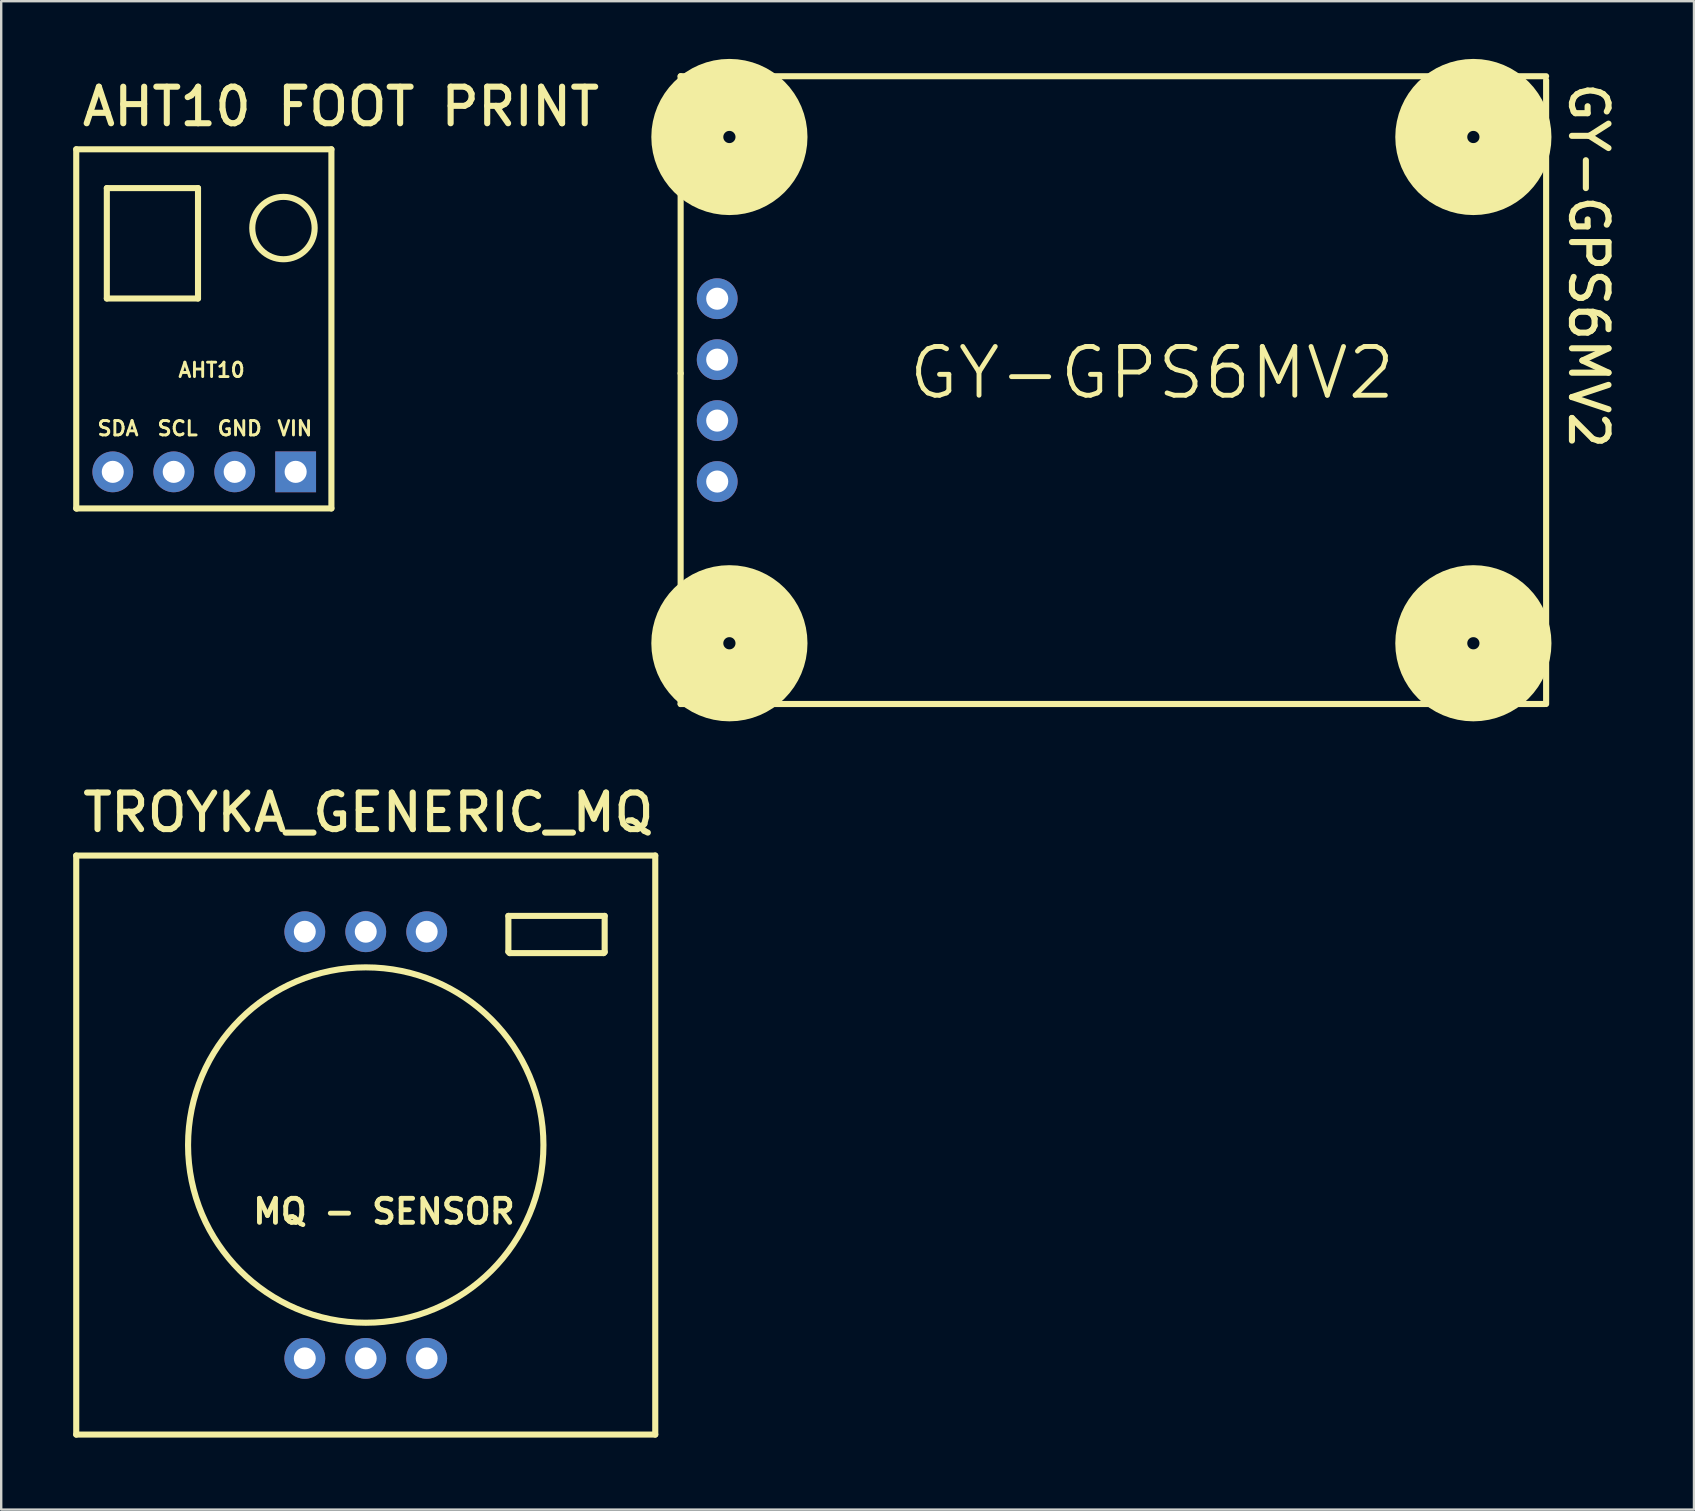
<source format=kicad_pcb>
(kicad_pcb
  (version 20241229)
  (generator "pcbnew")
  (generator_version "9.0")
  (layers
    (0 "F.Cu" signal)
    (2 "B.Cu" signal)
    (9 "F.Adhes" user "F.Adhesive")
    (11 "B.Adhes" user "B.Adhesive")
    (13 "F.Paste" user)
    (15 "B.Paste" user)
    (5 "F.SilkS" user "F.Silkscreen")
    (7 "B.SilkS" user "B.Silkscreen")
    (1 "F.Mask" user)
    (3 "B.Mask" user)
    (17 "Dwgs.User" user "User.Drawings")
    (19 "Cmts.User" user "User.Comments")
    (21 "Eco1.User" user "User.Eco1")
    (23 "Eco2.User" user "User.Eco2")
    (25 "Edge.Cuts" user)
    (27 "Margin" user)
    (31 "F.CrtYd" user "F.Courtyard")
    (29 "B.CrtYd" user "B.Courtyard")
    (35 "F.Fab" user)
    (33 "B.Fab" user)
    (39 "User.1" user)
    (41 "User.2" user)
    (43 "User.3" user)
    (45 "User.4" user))
  (footprint "AHT10 FOOT PRINT"
    (layer "F.Cu")
    (at 5.444 10.655)
    (property "Reference" "AHT10 FOOT PRINT" (at -5.194 -8.369 0) (unlocked yes) (layer "F.SilkS") (effects (font (size 1.524 1.524) (thickness 0.254)) (justify left bottom)))
    (fp_line (start -5.317 -7.483) (end 5.317 -7.483) (stroke (width 0.254) (type solid)) (layer "F.SilkS"))
    (fp_line (start -5.317 7.483) (end -5.317 -7.483) (stroke (width 0.254) (type solid)) (layer "F.SilkS"))
    (fp_line (start -5.317 7.483) (end -5.283 7.483) (stroke (width 0.254) (type solid)) (layer "F.SilkS"))
    (fp_line (start -5.283 7.483) (end 5.317 7.483) (stroke (width 0.254) (type solid)) (layer "F.SilkS"))
    (fp_line (start -4.042 -5.866) (end -0.242 -5.866) (stroke (width 0.254) (type solid)) (layer "F.SilkS"))
    (fp_line (start -4.042 -1.266) (end -4.042 -5.866) (stroke (width 0.254) (type solid)) (layer "F.SilkS"))
    (fp_line (start -4.042 -1.266) (end -0.242 -1.266) (stroke (width 0.254) (type solid)) (layer "F.SilkS"))
    (fp_line (start -0.242 -1.266) (end -0.242 -5.866) (stroke (width 0.254) (type solid)) (layer "F.SilkS"))
    (fp_line (start 5.317 7.483) (end 5.317 -7.483) (stroke (width 0.254) (type solid)) (layer "F.SilkS"))
    (fp_circle (center 3.319 -4.201) (end 3.319 -5.501) (stroke (width 0.254) (type solid)) (fill no) (layer "F.SilkS"))
    (fp_text user "SCL" (at -2 4.5 0) (unlocked yes) (layer "F.SilkS") (effects (font (size 0.6 0.6) (thickness 0.12)) (justify left bottom)))
    (fp_text user "GND" (at 0.5 4.5 0) (unlocked yes) (layer "F.SilkS") (effects (font (size 0.6 0.6) (thickness 0.12)) (justify left bottom)))
    (fp_text user "VIN" (at 3 4.5 0) (unlocked yes) (layer "F.SilkS") (effects (font (size 0.6 0.6) (thickness 0.12)) (justify left bottom)))
    (fp_text user "AHT10" (at -1.126 2.068 0) (unlocked yes) (layer "F.SilkS") (effects (font (size 0.6 0.6) (thickness 0.12)) (justify left bottom)))
    (fp_text user "SDA" (at -4.5 4.5 0) (unlocked yes) (layer "F.SilkS") (effects (font (size 0.6 0.6) (thickness 0.12)) (justify left bottom)))
    (pad "1" thru_hole circle (at -3.793 5.959) (size 1.7 1.7) (drill 0.92) (layers "*.Cu" "*.Mask"))
    (pad "2" thru_hole circle (at -1.253 5.959) (size 1.7 1.7) (drill 0.92) (layers "*.Cu" "*.Mask"))
    (pad "3" thru_hole circle (at 1.287 5.959) (size 1.7 1.7) (drill 0.92) (layers "*.Cu" "*.Mask"))
    (pad "4" thru_hole rect (at 3.827 5.959) (size 1.7 1.7) (drill 0.92) (layers "*.Cu" "*.Mask")))
  (footprint "TROYKA_GENERIC_MQ"
    (layer "F.Cu")
    (at 12.192 44.669)
    (property "Reference" "TROYKA_GENERIC_MQ" (at -11.925 -12.967 0) (unlocked yes) (layer "F.SilkS") (effects (font (size 1.524 1.524) (thickness 0.254)) (justify left bottom)))
    (fp_line (start -12.065 -12.065) (end 12.065 -12.065) (stroke (width 0.254) (type solid)) (layer "F.SilkS"))
    (fp_line (start -12.065 12.065) (end -12.065 -12.065) (stroke (width 0.254) (type solid)) (layer "F.SilkS"))
    (fp_line (start -12.065 12.065) (end 12.065 12.065) (stroke (width 0.254) (type solid)) (layer "F.SilkS"))
    (fp_line (start 5.944 -9.55) (end 9.957 -9.55) (stroke (width 0.254) (type solid)) (layer "F.SilkS"))
    (fp_line (start 5.944 -8.056) (end 5.944 -9.55) (stroke (width 0.254) (type solid)) (layer "F.SilkS"))
    (fp_line (start 5.944 -8.056) (end 6 -8) (stroke (width 0.254) (type solid)) (layer "F.SilkS"))
    (fp_line (start 6 -8) (end 9.914 -8) (stroke (width 0.254) (type solid)) (layer "F.SilkS"))
    (fp_line (start 9.914 -8) (end 9.957 -8.043) (stroke (width 0.254) (type solid)) (layer "F.SilkS"))
    (fp_line (start 9.957 -8.043) (end 9.957 -9.55) (stroke (width 0.254) (type solid)) (layer "F.SilkS"))
    (fp_line (start 12.065 12.065) (end 12.065 -12.065) (stroke (width 0.254) (type solid)) (layer "F.SilkS"))
    (fp_circle (center 0 0) (end 0 -7.405) (stroke (width 0.254) (type solid)) (fill no) (layer "F.SilkS"))
    (fp_text user "MQ - SENSOR" (at -4.801 3.353 0) (unlocked yes) (layer "F.SilkS") (effects (font (size 1 1) (thickness 0.203)) (justify left bottom)))
    (pad "1" thru_hole circle (at -2.54 8.89) (size 1.7 1.7) (drill 0.914) (layers "*.Cu" "*.Mask"))
    (pad "2" thru_hole circle (at 0 8.89) (size 1.7 1.7) (drill 0.914) (layers "*.Cu" "*.Mask"))
    (pad "3" thru_hole circle (at 2.54 8.89) (size 1.7 1.7) (drill 0.914) (layers "*.Cu" "*.Mask"))
    (pad "4" thru_hole circle (at -2.54 -8.89) (size 1.7 1.7) (drill 0.914) (layers "*.Cu" "*.Mask"))
    (pad "5" thru_hole circle (at 0 -8.89) (size 1.7 1.7) (drill 0.914) (layers "*.Cu" "*.Mask"))
    (pad "6" thru_hole circle (at 2.54 -8.89) (size 1.7 1.7) (drill 0.914) (layers "*.Cu" "*.Mask")))
  (footprint "GY-GPS6MV2"
    (layer "F.Cu")
    (at 43.349 13.208)
    (property "Reference" "GY-GPS6MV2" (at 18.91 -12.941 270) (unlocked yes) (layer "F.SilkS") (effects (font (size 1.524 1.524) (thickness 0.254)) (justify left bottom)))
    (fp_line (start -18.034 -13.081) (end -18.034 -10.561) (stroke (width 0.254) (type solid)) (layer "F.SilkS"))
    (fp_line (start -18.034 -13.081) (end 18.034 -13.081) (stroke (width 0.254) (type solid)) (layer "F.SilkS"))
    (fp_line (start -18.034 -10.561) (end -18.034 -0.699) (stroke (width 0.254) (type solid)) (layer "F.SilkS"))
    (fp_line (start -18.034 -0.699) (end -18.034 13.081) (stroke (width 0.254) (type solid)) (layer "F.SilkS"))
    (fp_line (start -18.034 13.081) (end 17.966 13.081) (stroke (width 0.254) (type solid)) (layer "F.SilkS"))
    (fp_line (start 18.034 -12.919) (end 18.034 13.081) (stroke (width 0.254) (type solid)) (layer "F.SilkS"))
    (fp_circle (center -16.002 -10.549) (end -15.748 -10.549) (stroke (width 3) (type solid)) (fill no) (layer "F.SilkS"))
    (fp_circle (center -16.002 10.549) (end -15.748 10.549) (stroke (width 3) (type solid)) (fill no) (layer "F.SilkS"))
    (fp_circle (center 15.002 -10.549) (end 15.256 -10.549) (stroke (width 3) (type solid)) (fill no) (layer "F.SilkS"))
    (fp_circle (center 15.002 10.549) (end 15.256 10.549) (stroke (width 3) (type solid)) (fill no) (layer "F.SilkS"))
    (fp_text user "GY-GPS6MV2" (at -8.636 0.472 0) (unlocked yes) (layer "F.SilkS") (effects (font (size 2.032 2.032) (thickness 0.203)) (justify left bottom)))
    (pad "1" thru_hole circle (at -16.51 3.81) (size 1.7 1.7) (drill 0.92) (layers "*.Cu" "*.Mask"))
    (pad "2" thru_hole circle (at -16.51 1.27) (size 1.7 1.7) (drill 0.92) (layers "*.Cu" "*.Mask"))
    (pad "3" thru_hole circle (at -16.51 -1.27) (size 1.7 1.7) (drill 0.92) (layers "*.Cu" "*.Mask"))
    (pad "4" thru_hole circle (at -16.51 -3.81) (size 1.7 1.7) (drill 0.92) (layers "*.Cu" "*.Mask")))
  (gr_rect
    (start -3 -3)
    (end 67.545 59.861)
    (stroke (width 0.1) (type default))
    (fill no)
    (layer "Edge.Cuts")))
</source>
